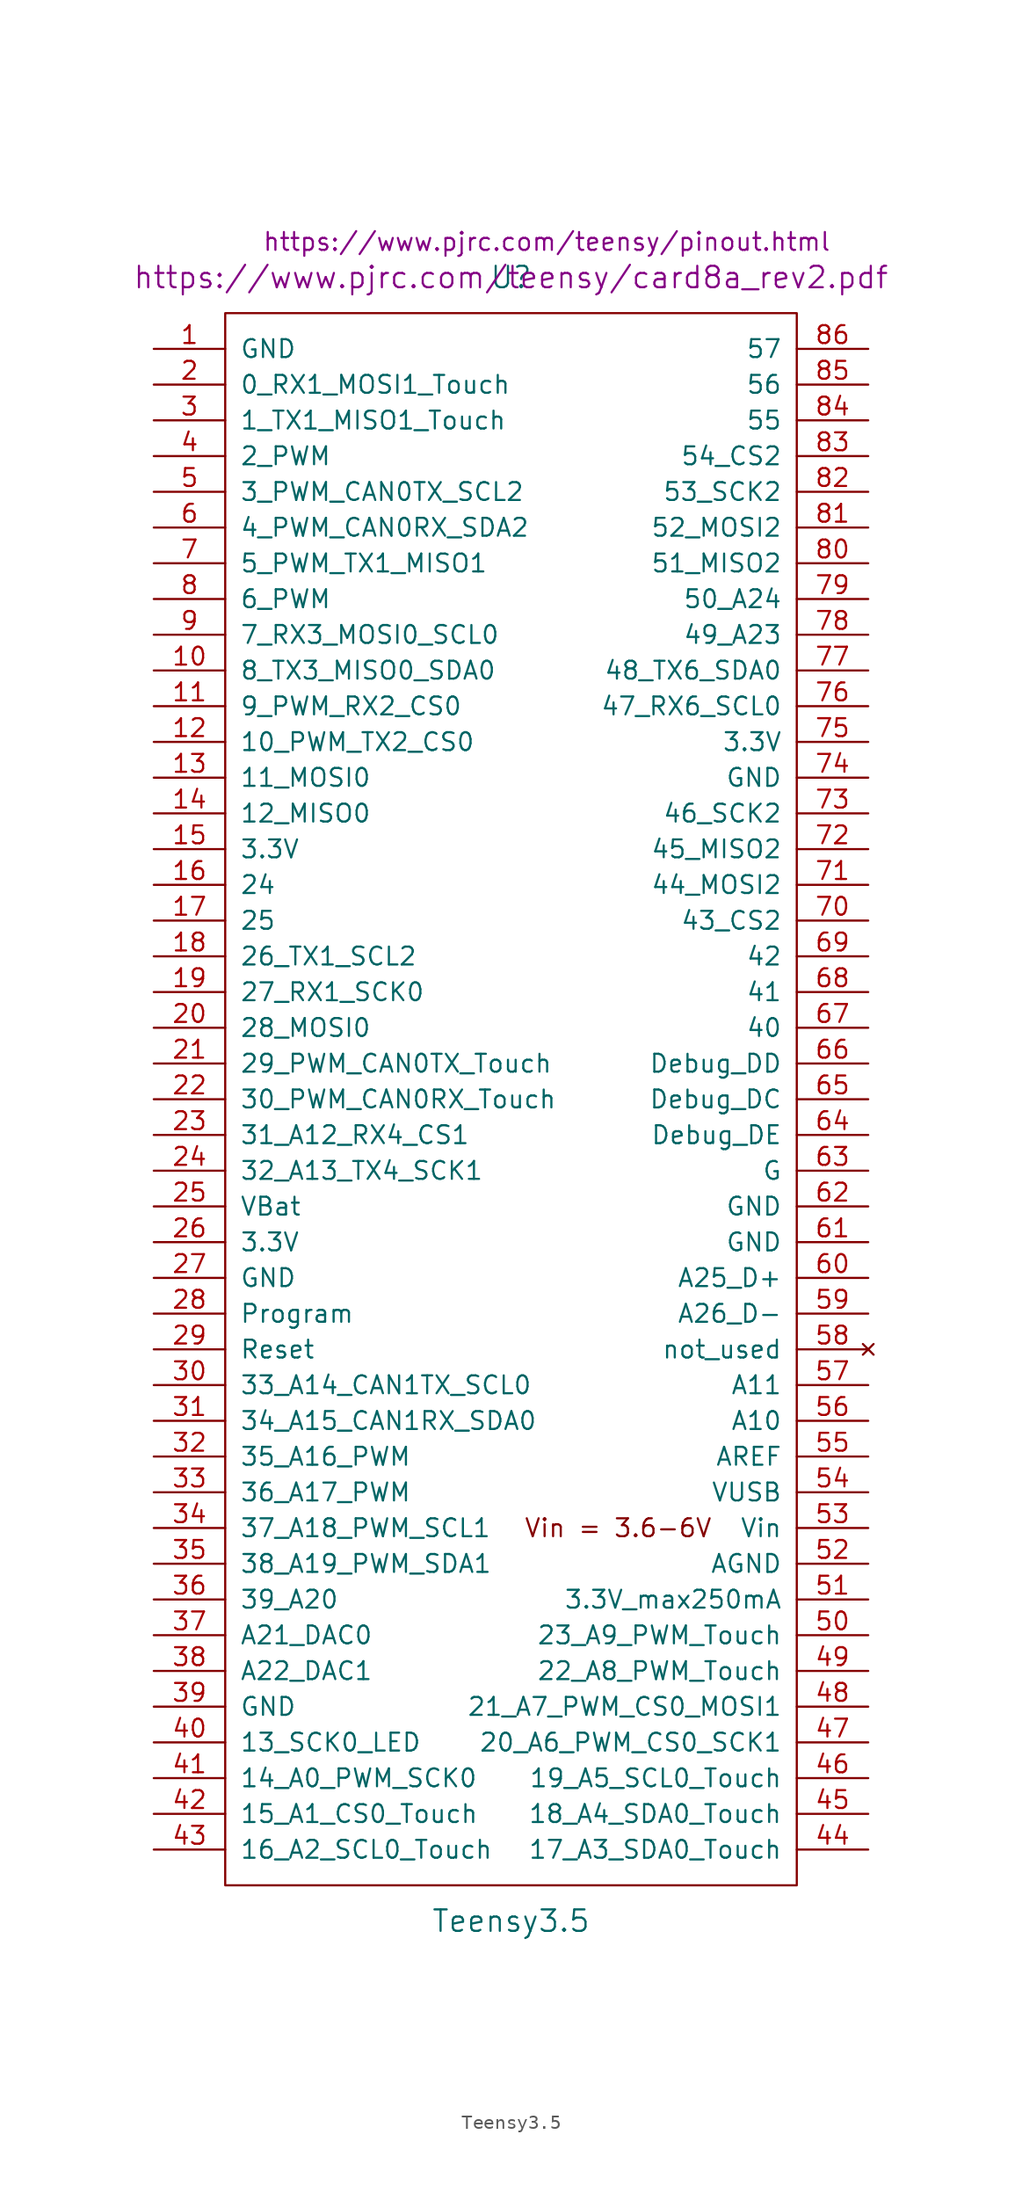
<source format=kicad_sym>
(kicad_symbol_lib
  (version 20241209)
  (generator "kicad_symbol_editor")
  (generator_version "9.0")
  (symbol "Teensy3.5"
    (pin_names
      (offset 1.016))
    (property "Reference" "U"
      (at 0 58.42 0)
      (effects (font (size 1.524 1.524))))
    (property "Value" "Teensy3.5"
      (at 0 -58.42 0)
      (effects (font (size 1.524 1.524))))
    (property "Footprint" ""
      (at -2.54 55.88 0)
      (effects (font (size 1.524 1.524))))
    (property "Datasheet" "https://www.pjrc.com/teensy/card8a_rev2.pdf"
      (at 0 58.42 0)
      (effects (font (size 1.524 1.524))))
    (property "Pinouts" "https://www.pjrc.com/teensy/pinout.html"
      (at 2.54 60.96 0)
      (effects (font (size 1.27 1.27))))
    (symbol "Teensy3.5_0_0"
      (text "Vin = 3.6-6V" (at 7.62 -30.48 0) (effects (font (size 1.27 1.27)))))
    (symbol "Teensy3.5_0_1"
      (rectangle (start -20.32 55.88) (end 20.32 -55.88) (stroke (width 0) (type solid)) (fill (type none))))
    (symbol "Teensy3.5_1_1"
      (pin power_in line (at -25.4 53.34 0) (length 5.08) (name "GND" (effects (font (size 1.27 1.27)))) (number "1" (effects (font (size 1.27 1.27)))))
      (pin bidirectional line (at -25.4 50.8 0) (length 5.08) (name "0_RX1_MOSI1_Touch" (effects (font (size 1.27 1.27)))) (number "2" (effects (font (size 1.27 1.27)))))
      (pin bidirectional line (at -25.4 48.26 0) (length 5.08) (name "1_TX1_MISO1_Touch" (effects (font (size 1.27 1.27)))) (number "3" (effects (font (size 1.27 1.27)))))
      (pin bidirectional line (at -25.4 45.72 0) (length 5.08) (name "2_PWM" (effects (font (size 1.27 1.27)))) (number "4" (effects (font (size 1.27 1.27)))))
      (pin bidirectional line (at -25.4 43.18 0) (length 5.08) (name "3_PWM_CAN0TX_SCL2" (effects (font (size 1.27 1.27)))) (number "5" (effects (font (size 1.27 1.27)))))
      (pin bidirectional line (at -25.4 40.64 0) (length 5.08) (name "4_PWM_CAN0RX_SDA2" (effects (font (size 1.27 1.27)))) (number "6" (effects (font (size 1.27 1.27)))))
      (pin bidirectional line (at -25.4 38.1 0) (length 5.08) (name "5_PWM_TX1_MISO1" (effects (font (size 1.27 1.27)))) (number "7" (effects (font (size 1.27 1.27)))))
      (pin bidirectional line (at -25.4 35.56 0) (length 5.08) (name "6_PWM" (effects (font (size 1.27 1.27)))) (number "8" (effects (font (size 1.27 1.27)))))
      (pin bidirectional line (at -25.4 33.02 0) (length 5.08) (name "7_RX3_MOSI0_SCL0" (effects (font (size 1.27 1.27)))) (number "9" (effects (font (size 1.27 1.27)))))
      (pin bidirectional line (at -25.4 30.48 0) (length 5.08) (name "8_TX3_MISO0_SDA0" (effects (font (size 1.27 1.27)))) (number "10" (effects (font (size 1.27 1.27)))))
      (pin bidirectional line (at -25.4 27.94 0) (length 5.08) (name "9_PWM_RX2_CS0" (effects (font (size 1.27 1.27)))) (number "11" (effects (font (size 1.27 1.27)))))
      (pin bidirectional line (at -25.4 25.4 0) (length 5.08) (name "10_PWM_TX2_CS0" (effects (font (size 1.27 1.27)))) (number "12" (effects (font (size 1.27 1.27)))))
      (pin bidirectional line (at -25.4 22.86 0) (length 5.08) (name "11_MOSI0" (effects (font (size 1.27 1.27)))) (number "13" (effects (font (size 1.27 1.27)))))
      (pin bidirectional line (at -25.4 20.32 0) (length 5.08) (name "12_MISO0" (effects (font (size 1.27 1.27)))) (number "14" (effects (font (size 1.27 1.27)))))
      (pin power_out line (at -25.4 17.78 0) (length 5.08) (name "3.3V" (effects (font (size 1.27 1.27)))) (number "15" (effects (font (size 1.27 1.27)))))
      (pin bidirectional line (at -25.4 15.24 0) (length 5.08) (name "24" (effects (font (size 1.27 1.27)))) (number "16" (effects (font (size 1.27 1.27)))))
      (pin bidirectional line (at -25.4 12.7 0) (length 5.08) (name "25" (effects (font (size 1.27 1.27)))) (number "17" (effects (font (size 1.27 1.27)))))
      (pin bidirectional line (at -25.4 10.16 0) (length 5.08) (name "26_TX1_SCL2" (effects (font (size 1.27 1.27)))) (number "18" (effects (font (size 1.27 1.27)))))
      (pin bidirectional line (at -25.4 7.62 0) (length 5.08) (name "27_RX1_SCK0" (effects (font (size 1.27 1.27)))) (number "19" (effects (font (size 1.27 1.27)))))
      (pin bidirectional line (at -25.4 5.08 0) (length 5.08) (name "28_MOSI0" (effects (font (size 1.27 1.27)))) (number "20" (effects (font (size 1.27 1.27)))))
      (pin bidirectional line (at -25.4 2.54 0) (length 5.08) (name "29_PWM_CAN0TX_Touch" (effects (font (size 1.27 1.27)))) (number "21" (effects (font (size 1.27 1.27)))))
      (pin bidirectional line (at -25.4 0 0) (length 5.08) (name "30_PWM_CAN0RX_Touch" (effects (font (size 1.27 1.27)))) (number "22" (effects (font (size 1.27 1.27)))))
      (pin bidirectional line (at -25.4 -2.54 0) (length 5.08) (name "31_A12_RX4_CS1" (effects (font (size 1.27 1.27)))) (number "23" (effects (font (size 1.27 1.27)))))
      (pin bidirectional line (at -25.4 -5.08 0) (length 5.08) (name "32_A13_TX4_SCK1" (effects (font (size 1.27 1.27)))) (number "24" (effects (font (size 1.27 1.27)))))
      (pin power_in line (at -25.4 -7.62 0) (length 5.08) (name "VBat" (effects (font (size 1.27 1.27)))) (number "25" (effects (font (size 1.27 1.27)))))
      (pin power_in line (at -25.4 -10.16 0) (length 5.08) (name "3.3V" (effects (font (size 1.27 1.27)))) (number "26" (effects (font (size 1.27 1.27)))))
      (pin power_in line (at -25.4 -12.7 0) (length 5.08) (name "GND" (effects (font (size 1.27 1.27)))) (number "27" (effects (font (size 1.27 1.27)))))
      (pin input line (at -25.4 -15.24 0) (length 5.08) (name "Program" (effects (font (size 1.27 1.27)))) (number "28" (effects (font (size 1.27 1.27)))))
      (pin input line (at -25.4 -17.78 0) (length 5.08) (name "Reset" (effects (font (size 1.27 1.27)))) (number "29" (effects (font (size 1.27 1.27)))))
      (pin bidirectional line (at -25.4 -20.32 0) (length 5.08) (name "33_A14_CAN1TX_SCL0" (effects (font (size 1.27 1.27)))) (number "30" (effects (font (size 1.27 1.27)))))
      (pin bidirectional line (at -25.4 -22.86 0) (length 5.08) (name "34_A15_CAN1RX_SDA0" (effects (font (size 1.27 1.27)))) (number "31" (effects (font (size 1.27 1.27)))))
      (pin bidirectional line (at -25.4 -25.4 0) (length 5.08) (name "35_A16_PWM" (effects (font (size 1.27 1.27)))) (number "32" (effects (font (size 1.27 1.27)))))
      (pin bidirectional line (at -25.4 -27.94 0) (length 5.08) (name "36_A17_PWM" (effects (font (size 1.27 1.27)))) (number "33" (effects (font (size 1.27 1.27)))))
      (pin bidirectional line (at -25.4 -30.48 0) (length 5.08) (name "37_A18_PWM_SCL1" (effects (font (size 1.27 1.27)))) (number "34" (effects (font (size 1.27 1.27)))))
      (pin bidirectional line (at -25.4 -33.02 0) (length 5.08) (name "38_A19_PWM_SDA1" (effects (font (size 1.27 1.27)))) (number "35" (effects (font (size 1.27 1.27)))))
      (pin bidirectional line (at -25.4 -35.56 0) (length 5.08) (name "39_A20" (effects (font (size 1.27 1.27)))) (number "36" (effects (font (size 1.27 1.27)))))
      (pin bidirectional line (at -25.4 -38.1 0) (length 5.08) (name "A21_DAC0" (effects (font (size 1.27 1.27)))) (number "37" (effects (font (size 1.27 1.27)))))
      (pin bidirectional line (at -25.4 -40.64 0) (length 5.08) (name "A22_DAC1" (effects (font (size 1.27 1.27)))) (number "38" (effects (font (size 1.27 1.27)))))
      (pin power_in line (at -25.4 -43.18 0) (length 5.08) (name "GND" (effects (font (size 1.27 1.27)))) (number "39" (effects (font (size 1.27 1.27)))))
      (pin bidirectional line (at -25.4 -45.72 0) (length 5.08) (name "13_SCK0_LED" (effects (font (size 1.27 1.27)))) (number "40" (effects (font (size 1.27 1.27)))))
      (pin bidirectional line (at -25.4 -48.26 0) (length 5.08) (name "14_A0_PWM_SCK0" (effects (font (size 1.27 1.27)))) (number "41" (effects (font (size 1.27 1.27)))))
      (pin bidirectional line (at -25.4 -50.8 0) (length 5.08) (name "15_A1_CS0_Touch" (effects (font (size 1.27 1.27)))) (number "42" (effects (font (size 1.27 1.27)))))
      (pin bidirectional line (at -25.4 -53.34 0) (length 5.08) (name "16_A2_SCL0_Touch" (effects (font (size 1.27 1.27)))) (number "43" (effects (font (size 1.27 1.27)))))
      (pin bidirectional line (at 25.4 53.34 180) (length 5.08) (name "57" (effects (font (size 1.27 1.27)))) (number "86" (effects (font (size 1.27 1.27)))))
      (pin bidirectional line (at 25.4 50.8 180) (length 5.08) (name "56" (effects (font (size 1.27 1.27)))) (number "85" (effects (font (size 1.27 1.27)))))
      (pin bidirectional line (at 25.4 48.26 180) (length 5.08) (name "55" (effects (font (size 1.27 1.27)))) (number "84" (effects (font (size 1.27 1.27)))))
      (pin bidirectional line (at 25.4 45.72 180) (length 5.08) (name "54_CS2" (effects (font (size 1.27 1.27)))) (number "83" (effects (font (size 1.27 1.27)))))
      (pin bidirectional line (at 25.4 43.18 180) (length 5.08) (name "53_SCK2" (effects (font (size 1.27 1.27)))) (number "82" (effects (font (size 1.27 1.27)))))
      (pin bidirectional line (at 25.4 40.64 180) (length 5.08) (name "52_MOSI2" (effects (font (size 1.27 1.27)))) (number "81" (effects (font (size 1.27 1.27)))))
      (pin bidirectional line (at 25.4 38.1 180) (length 5.08) (name "51_MISO2" (effects (font (size 1.27 1.27)))) (number "80" (effects (font (size 1.27 1.27)))))
      (pin bidirectional line (at 25.4 35.56 180) (length 5.08) (name "50_A24" (effects (font (size 1.27 1.27)))) (number "79" (effects (font (size 1.27 1.27)))))
      (pin bidirectional line (at 25.4 33.02 180) (length 5.08) (name "49_A23" (effects (font (size 1.27 1.27)))) (number "78" (effects (font (size 1.27 1.27)))))
      (pin bidirectional line (at 25.4 30.48 180) (length 5.08) (name "48_TX6_SDA0" (effects (font (size 1.27 1.27)))) (number "77" (effects (font (size 1.27 1.27)))))
      (pin bidirectional line (at 25.4 27.94 180) (length 5.08) (name "47_RX6_SCL0" (effects (font (size 1.27 1.27)))) (number "76" (effects (font (size 1.27 1.27)))))
      (pin power_in line (at 25.4 25.4 180) (length 5.08) (name "3.3V" (effects (font (size 1.27 1.27)))) (number "75" (effects (font (size 1.27 1.27)))))
      (pin power_in line (at 25.4 22.86 180) (length 5.08) (name "GND" (effects (font (size 1.27 1.27)))) (number "74" (effects (font (size 1.27 1.27)))))
      (pin bidirectional line (at 25.4 20.32 180) (length 5.08) (name "46_SCK2" (effects (font (size 1.27 1.27)))) (number "73" (effects (font (size 1.27 1.27)))))
      (pin bidirectional line (at 25.4 17.78 180) (length 5.08) (name "45_MISO2" (effects (font (size 1.27 1.27)))) (number "72" (effects (font (size 1.27 1.27)))))
      (pin bidirectional line (at 25.4 15.24 180) (length 5.08) (name "44_MOSI2" (effects (font (size 1.27 1.27)))) (number "71" (effects (font (size 1.27 1.27)))))
      (pin bidirectional line (at 25.4 12.7 180) (length 5.08) (name "43_CS2" (effects (font (size 1.27 1.27)))) (number "70" (effects (font (size 1.27 1.27)))))
      (pin bidirectional line (at 25.4 10.16 180) (length 5.08) (name "42" (effects (font (size 1.27 1.27)))) (number "69" (effects (font (size 1.27 1.27)))))
      (pin bidirectional line (at 25.4 7.62 180) (length 5.08) (name "41" (effects (font (size 1.27 1.27)))) (number "68" (effects (font (size 1.27 1.27)))))
      (pin bidirectional line (at 25.4 5.08 180) (length 5.08) (name "40" (effects (font (size 1.27 1.27)))) (number "67" (effects (font (size 1.27 1.27)))))
      (pin input line (at 25.4 2.54 180) (length 5.08) (name "Debug_DD" (effects (font (size 1.27 1.27)))) (number "66" (effects (font (size 1.27 1.27)))))
      (pin input line (at 25.4 0 180) (length 5.08) (name "Debug_DC" (effects (font (size 1.27 1.27)))) (number "65" (effects (font (size 1.27 1.27)))))
      (pin input line (at 25.4 -2.54 180) (length 5.08) (name "Debug_DE" (effects (font (size 1.27 1.27)))) (number "64" (effects (font (size 1.27 1.27)))))
      (pin power_in line (at 25.4 -5.08 180) (length 5.08) (name "G" (effects (font (size 1.27 1.27)))) (number "63" (effects (font (size 1.27 1.27)))))
      (pin power_in line (at 25.4 -7.62 180) (length 5.08) (name "GND" (effects (font (size 1.27 1.27)))) (number "62" (effects (font (size 1.27 1.27)))))
      (pin power_in line (at 25.4 -10.16 180) (length 5.08) (name "GND" (effects (font (size 1.27 1.27)))) (number "61" (effects (font (size 1.27 1.27)))))
      (pin bidirectional line (at 25.4 -12.7 180) (length 5.08) (name "A25_D+" (effects (font (size 1.27 1.27)))) (number "60" (effects (font (size 1.27 1.27)))))
      (pin bidirectional line (at 25.4 -15.24 180) (length 5.08) (name "A26_D-" (effects (font (size 1.27 1.27)))) (number "59" (effects (font (size 1.27 1.27)))))
      (pin no_connect line (at 25.4 -17.78 180) (length 5.08) (name "not_used" (effects (font (size 1.27 1.27)))) (number "58" (effects (font (size 1.27 1.27)))))
      (pin bidirectional line (at 25.4 -20.32 180) (length 5.08) (name "A11" (effects (font (size 1.27 1.27)))) (number "57" (effects (font (size 1.27 1.27)))))
      (pin bidirectional line (at 25.4 -22.86 180) (length 5.08) (name "A10" (effects (font (size 1.27 1.27)))) (number "56" (effects (font (size 1.27 1.27)))))
      (pin input line (at 25.4 -25.4 180) (length 5.08) (name "AREF" (effects (font (size 1.27 1.27)))) (number "55" (effects (font (size 1.27 1.27)))))
      (pin power_in line (at 25.4 -27.94 180) (length 5.08) (name "VUSB" (effects (font (size 1.27 1.27)))) (number "54" (effects (font (size 1.27 1.27)))))
      (pin power_in line (at 25.4 -30.48 180) (length 5.08) (name "Vin" (effects (font (size 1.27 1.27)))) (number "53" (effects (font (size 1.27 1.27)))))
      (pin power_out line (at 25.4 -33.02 180) (length 5.08) (name "AGND" (effects (font (size 1.27 1.27)))) (number "52" (effects (font (size 1.27 1.27)))))
      (pin power_out line (at 25.4 -35.56 180) (length 5.08) (name "3.3V_max250mA" (effects (font (size 1.27 1.27)))) (number "51" (effects (font (size 1.27 1.27)))))
      (pin bidirectional line (at 25.4 -38.1 180) (length 5.08) (name "23_A9_PWM_Touch" (effects (font (size 1.27 1.27)))) (number "50" (effects (font (size 1.27 1.27)))))
      (pin bidirectional line (at 25.4 -40.64 180) (length 5.08) (name "22_A8_PWM_Touch" (effects (font (size 1.27 1.27)))) (number "49" (effects (font (size 1.27 1.27)))))
      (pin bidirectional line (at 25.4 -43.18 180) (length 5.08) (name "21_A7_PWM_CS0_MOSI1" (effects (font (size 1.27 1.27)))) (number "48" (effects (font (size 1.27 1.27)))))
      (pin bidirectional line (at 25.4 -45.72 180) (length 5.08) (name "20_A6_PWM_CS0_SCK1" (effects (font (size 1.27 1.27)))) (number "47" (effects (font (size 1.27 1.27)))))
      (pin bidirectional line (at 25.4 -48.26 180) (length 5.08) (name "19_A5_SCL0_Touch" (effects (font (size 1.27 1.27)))) (number "46" (effects (font (size 1.27 1.27)))))
      (pin bidirectional line (at 25.4 -50.8 180) (length 5.08) (name "18_A4_SDA0_Touch" (effects (font (size 1.27 1.27)))) (number "45" (effects (font (size 1.27 1.27)))))
      (pin bidirectional line (at 25.4 -53.34 180) (length 5.08) (name "17_A3_SDA0_Touch" (effects (font (size 1.27 1.27)))) (number "44" (effects (font (size 1.27 1.27))))))))
</source>
